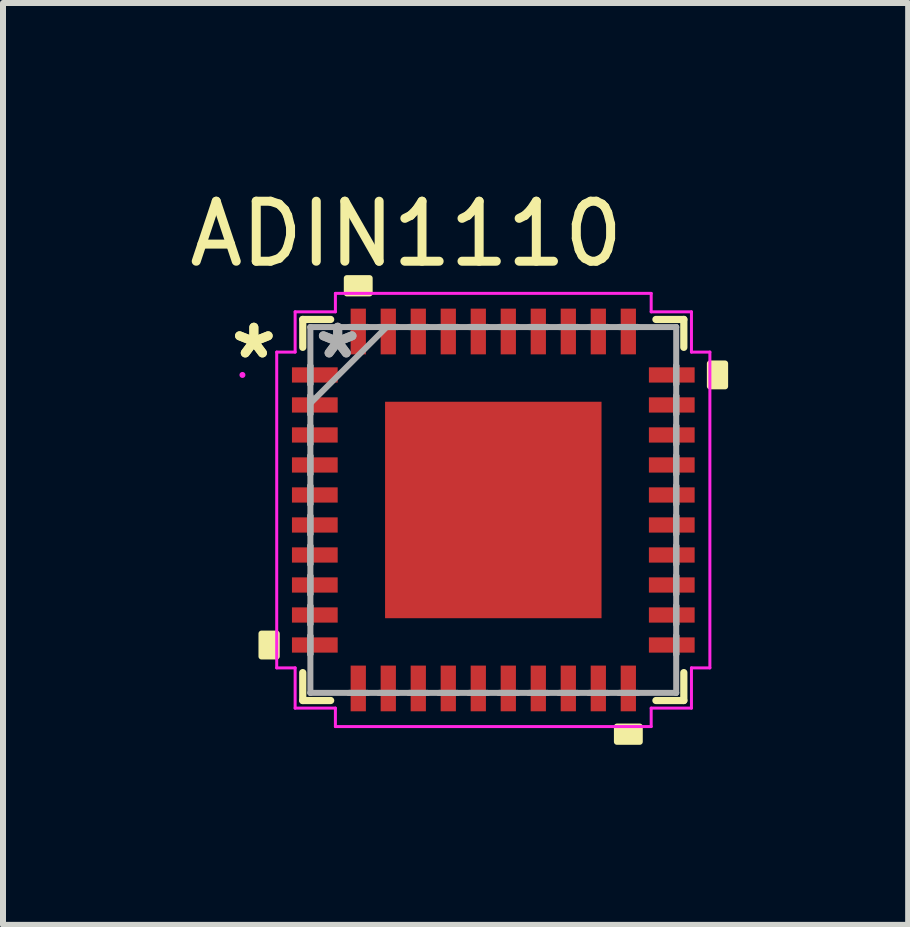
<source format=kicad_pcb>
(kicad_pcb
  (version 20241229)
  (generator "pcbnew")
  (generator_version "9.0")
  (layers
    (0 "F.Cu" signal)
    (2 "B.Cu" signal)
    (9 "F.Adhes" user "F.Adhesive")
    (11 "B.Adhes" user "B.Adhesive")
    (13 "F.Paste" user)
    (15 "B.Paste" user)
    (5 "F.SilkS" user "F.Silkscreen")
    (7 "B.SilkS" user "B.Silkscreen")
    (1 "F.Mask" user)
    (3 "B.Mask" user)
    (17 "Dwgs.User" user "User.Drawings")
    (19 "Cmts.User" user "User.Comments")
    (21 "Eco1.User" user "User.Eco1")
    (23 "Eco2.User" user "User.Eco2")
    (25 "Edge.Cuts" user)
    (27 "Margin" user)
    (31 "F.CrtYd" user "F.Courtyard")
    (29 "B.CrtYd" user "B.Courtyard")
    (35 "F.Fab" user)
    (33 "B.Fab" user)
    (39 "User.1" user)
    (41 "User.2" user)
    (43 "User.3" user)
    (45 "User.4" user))
  (footprint "ADIN1110"
    (layer "F.Cu")
    (at 5.17 5.448)
    (property "Reference" "ADIN1110" (at -1.45 -4.6 0) (layer "F.SilkS") (effects (font (size 1 1) (thickness 0.15))))
    (attr through_hole)
    (fp_line (start -3.175 -3.175) (end -3.175 -2.71) (stroke (width 0.12) (type solid)) (layer "F.SilkS"))
    (fp_line (start -3.175 2.71) (end -3.175 3.175) (stroke (width 0.12) (type solid)) (layer "F.SilkS"))
    (fp_line (start -3.175 3.175) (end -2.71 3.175) (stroke (width 0.12) (type solid)) (layer "F.SilkS"))
    (fp_line (start -2.71 -3.175) (end -3.175 -3.175) (stroke (width 0.12) (type solid)) (layer "F.SilkS"))
    (fp_line (start 2.71 3.175) (end 3.175 3.175) (stroke (width 0.12) (type solid)) (layer "F.SilkS"))
    (fp_line (start 3.175 -3.175) (end 2.71 -3.175) (stroke (width 0.12) (type solid)) (layer "F.SilkS"))
    (fp_line (start 3.175 -2.71) (end 3.175 -3.175) (stroke (width 0.12) (type solid)) (layer "F.SilkS"))
    (fp_line (start 3.175 3.175) (end 3.175 2.71) (stroke (width 0.12) (type solid)) (layer "F.SilkS"))
    (fp_poly (pts (xy -3.863 2.06) (xy -3.863 2.441) (xy -3.609 2.441) (xy -3.609 2.06)) (stroke (width 0.1) (type solid)) (fill yes) (layer "F.SilkS"))
    (fp_poly (pts (xy -2.441 -3.609) (xy -2.441 -3.863) (xy -2.06 -3.863) (xy -2.06 -3.609)) (stroke (width 0.1) (type solid)) (fill yes) (layer "F.SilkS"))
    (fp_poly (pts (xy 2.06 3.609) (xy 2.06 3.863) (xy 2.441 3.863) (xy 2.441 3.609)) (stroke (width 0.1) (type solid)) (fill yes) (layer "F.SilkS"))
    (fp_poly (pts (xy 3.863 -2.441) (xy 3.863 -2.06) (xy 3.609 -2.06) (xy 3.609 -2.441)) (stroke (width 0.1) (type solid)) (fill yes) (layer "F.SilkS"))
    (fp_poly (pts (xy -1.55 1.55) (xy -1.55 0.25) (xy -0.25 0.25) (xy -0.25 1.55)) (stroke (width 0.1) (type solid)) (fill yes) (layer "F.Paste"))
    (fp_poly (pts (xy -0.25 -0.25) (xy -1.55 -0.25) (xy -1.55 -1.55) (xy -0.25 -1.55)) (stroke (width 0.1) (type solid)) (fill yes) (layer "F.Paste"))
    (fp_poly (pts (xy 1.55 -1.55) (xy 1.55 -0.25) (xy 0.25 -0.25) (xy 0.25 -1.55)) (stroke (width 0.1) (type solid)) (fill yes) (layer "F.Paste"))
    (fp_poly (pts (xy 1.55 1.55) (xy 0.25 1.55) (xy 0.25 0.25) (xy 1.55 0.25)) (stroke (width 0.1) (type solid)) (fill yes) (layer "F.Paste"))
    (fp_line (start -3.609 -2.631) (end -3.302 -2.631) (stroke (width 0.05) (type solid)) (layer "F.CrtYd"))
    (fp_line (start -3.609 2.631) (end -3.609 -2.631) (stroke (width 0.05) (type solid)) (layer "F.CrtYd"))
    (fp_line (start -3.302 -3.302) (end -2.631 -3.302) (stroke (width 0.05) (type solid)) (layer "F.CrtYd"))
    (fp_line (start -3.302 -2.631) (end -3.302 -3.302) (stroke (width 0.05) (type solid)) (layer "F.CrtYd"))
    (fp_line (start -3.302 2.631) (end -3.609 2.631) (stroke (width 0.05) (type solid)) (layer "F.CrtYd"))
    (fp_line (start -3.302 3.302) (end -3.302 2.631) (stroke (width 0.05) (type solid)) (layer "F.CrtYd"))
    (fp_line (start -2.631 -3.609) (end 2.631 -3.609) (stroke (width 0.05) (type solid)) (layer "F.CrtYd"))
    (fp_line (start -2.631 -3.302) (end -2.631 -3.609) (stroke (width 0.05) (type solid)) (layer "F.CrtYd"))
    (fp_line (start -2.631 3.302) (end -3.302 3.302) (stroke (width 0.05) (type solid)) (layer "F.CrtYd"))
    (fp_line (start -2.631 3.609) (end -2.631 3.302) (stroke (width 0.05) (type solid)) (layer "F.CrtYd"))
    (fp_line (start 2.631 -3.609) (end 2.631 -3.302) (stroke (width 0.05) (type solid)) (layer "F.CrtYd"))
    (fp_line (start 2.631 -3.302) (end 3.302 -3.302) (stroke (width 0.05) (type solid)) (layer "F.CrtYd"))
    (fp_line (start 2.631 3.302) (end 2.631 3.609) (stroke (width 0.05) (type solid)) (layer "F.CrtYd"))
    (fp_line (start 2.631 3.609) (end -2.631 3.609) (stroke (width 0.05) (type solid)) (layer "F.CrtYd"))
    (fp_line (start 3.302 -3.302) (end 3.302 -2.631) (stroke (width 0.05) (type solid)) (layer "F.CrtYd"))
    (fp_line (start 3.302 -2.631) (end 3.609 -2.631) (stroke (width 0.05) (type solid)) (layer "F.CrtYd"))
    (fp_line (start 3.302 2.631) (end 3.302 3.302) (stroke (width 0.05) (type solid)) (layer "F.CrtYd"))
    (fp_line (start 3.302 3.302) (end 2.631 3.302) (stroke (width 0.05) (type solid)) (layer "F.CrtYd"))
    (fp_line (start 3.609 -2.631) (end 3.609 2.631) (stroke (width 0.05) (type solid)) (layer "F.CrtYd"))
    (fp_line (start 3.609 2.631) (end 3.302 2.631) (stroke (width 0.05) (type solid)) (layer "F.CrtYd"))
    (fp_circle (center -4.18 -2.25) (end -4.18 -2.25) (stroke (width 0.05) (type solid)) (fill no) (layer "F.CrtYd"))
    (fp_line (start -3.05 -2.402) (end -3.05 -2.098) (stroke (width 0.1) (type solid)) (layer "F.Fab"))
    (fp_line (start -3.05 -2.098) (end -3.048 -2.098) (stroke (width 0.1) (type solid)) (layer "F.Fab"))
    (fp_line (start -3.05 -1.902) (end -3.05 -1.598) (stroke (width 0.1) (type solid)) (layer "F.Fab"))
    (fp_line (start -3.05 -1.598) (end -3.048 -1.598) (stroke (width 0.1) (type solid)) (layer "F.Fab"))
    (fp_line (start -3.05 -1.402) (end -3.05 -1.098) (stroke (width 0.1) (type solid)) (layer "F.Fab"))
    (fp_line (start -3.05 -1.098) (end -3.048 -1.098) (stroke (width 0.1) (type solid)) (layer "F.Fab"))
    (fp_line (start -3.05 -0.902) (end -3.05 -0.598) (stroke (width 0.1) (type solid)) (layer "F.Fab"))
    (fp_line (start -3.05 -0.598) (end -3.048 -0.598) (stroke (width 0.1) (type solid)) (layer "F.Fab"))
    (fp_line (start -3.05 -0.402) (end -3.05 -0.098) (stroke (width 0.1) (type solid)) (layer "F.Fab"))
    (fp_line (start -3.05 -0.098) (end -3.048 -0.098) (stroke (width 0.1) (type solid)) (layer "F.Fab"))
    (fp_line (start -3.05 0.098) (end -3.05 0.402) (stroke (width 0.1) (type solid)) (layer "F.Fab"))
    (fp_line (start -3.05 0.402) (end -3.048 0.402) (stroke (width 0.1) (type solid)) (layer "F.Fab"))
    (fp_line (start -3.05 0.598) (end -3.05 0.902) (stroke (width 0.1) (type solid)) (layer "F.Fab"))
    (fp_line (start -3.05 0.902) (end -3.048 0.902) (stroke (width 0.1) (type solid)) (layer "F.Fab"))
    (fp_line (start -3.05 1.098) (end -3.05 1.402) (stroke (width 0.1) (type solid)) (layer "F.Fab"))
    (fp_line (start -3.05 1.402) (end -3.048 1.402) (stroke (width 0.1) (type solid)) (layer "F.Fab"))
    (fp_line (start -3.05 1.598) (end -3.05 1.902) (stroke (width 0.1) (type solid)) (layer "F.Fab"))
    (fp_line (start -3.05 1.902) (end -3.048 1.902) (stroke (width 0.1) (type solid)) (layer "F.Fab"))
    (fp_line (start -3.05 2.098) (end -3.05 2.402) (stroke (width 0.1) (type solid)) (layer "F.Fab"))
    (fp_line (start -3.05 2.402) (end -3.048 2.402) (stroke (width 0.1) (type solid)) (layer "F.Fab"))
    (fp_line (start -3.048 -3.048) (end -3.048 -3.048) (stroke (width 0.1) (type solid)) (layer "F.Fab"))
    (fp_line (start -3.048 -3.048) (end -3.048 3.048) (stroke (width 0.1) (type solid)) (layer "F.Fab"))
    (fp_line (start -3.048 -2.402) (end -3.05 -2.402) (stroke (width 0.1) (type solid)) (layer "F.Fab"))
    (fp_line (start -3.048 -2.098) (end -3.048 -2.402) (stroke (width 0.1) (type solid)) (layer "F.Fab"))
    (fp_line (start -3.048 -1.902) (end -3.05 -1.902) (stroke (width 0.1) (type solid)) (layer "F.Fab"))
    (fp_line (start -3.048 -1.778) (end -1.778 -3.048) (stroke (width 0.1) (type solid)) (layer "F.Fab"))
    (fp_line (start -3.048 -1.598) (end -3.048 -1.902) (stroke (width 0.1) (type solid)) (layer "F.Fab"))
    (fp_line (start -3.048 -1.402) (end -3.05 -1.402) (stroke (width 0.1) (type solid)) (layer "F.Fab"))
    (fp_line (start -3.048 -1.098) (end -3.048 -1.402) (stroke (width 0.1) (type solid)) (layer "F.Fab"))
    (fp_line (start -3.048 -0.902) (end -3.05 -0.902) (stroke (width 0.1) (type solid)) (layer "F.Fab"))
    (fp_line (start -3.048 -0.598) (end -3.048 -0.902) (stroke (width 0.1) (type solid)) (layer "F.Fab"))
    (fp_line (start -3.048 -0.402) (end -3.05 -0.402) (stroke (width 0.1) (type solid)) (layer "F.Fab"))
    (fp_line (start -3.048 -0.098) (end -3.048 -0.402) (stroke (width 0.1) (type solid)) (layer "F.Fab"))
    (fp_line (start -3.048 0.098) (end -3.05 0.098) (stroke (width 0.1) (type solid)) (layer "F.Fab"))
    (fp_line (start -3.048 0.402) (end -3.048 0.098) (stroke (width 0.1) (type solid)) (layer "F.Fab"))
    (fp_line (start -3.048 0.598) (end -3.05 0.598) (stroke (width 0.1) (type solid)) (layer "F.Fab"))
    (fp_line (start -3.048 0.902) (end -3.048 0.598) (stroke (width 0.1) (type solid)) (layer "F.Fab"))
    (fp_line (start -3.048 1.098) (end -3.05 1.098) (stroke (width 0.1) (type solid)) (layer "F.Fab"))
    (fp_line (start -3.048 1.402) (end -3.048 1.098) (stroke (width 0.1) (type solid)) (layer "F.Fab"))
    (fp_line (start -3.048 1.598) (end -3.05 1.598) (stroke (width 0.1) (type solid)) (layer "F.Fab"))
    (fp_line (start -3.048 1.902) (end -3.048 1.598) (stroke (width 0.1) (type solid)) (layer "F.Fab"))
    (fp_line (start -3.048 2.098) (end -3.05 2.098) (stroke (width 0.1) (type solid)) (layer "F.Fab"))
    (fp_line (start -3.048 2.402) (end -3.048 2.098) (stroke (width 0.1) (type solid)) (layer "F.Fab"))
    (fp_line (start -3.048 3.048) (end -3.048 3.048) (stroke (width 0.1) (type solid)) (layer "F.Fab"))
    (fp_line (start -3.048 3.048) (end 3.048 3.048) (stroke (width 0.1) (type solid)) (layer "F.Fab"))
    (fp_line (start -2.402 -3.05) (end -2.402 -3.048) (stroke (width 0.1) (type solid)) (layer "F.Fab"))
    (fp_line (start -2.402 -3.048) (end -2.098 -3.048) (stroke (width 0.1) (type solid)) (layer "F.Fab"))
    (fp_line (start -2.402 3.048) (end -2.402 3.05) (stroke (width 0.1) (type solid)) (layer "F.Fab"))
    (fp_line (start -2.402 3.05) (end -2.098 3.05) (stroke (width 0.1) (type solid)) (layer "F.Fab"))
    (fp_line (start -2.098 -3.05) (end -2.402 -3.05) (stroke (width 0.1) (type solid)) (layer "F.Fab"))
    (fp_line (start -2.098 -3.048) (end -2.098 -3.05) (stroke (width 0.1) (type solid)) (layer "F.Fab"))
    (fp_line (start -2.098 3.048) (end -2.402 3.048) (stroke (width 0.1) (type solid)) (layer "F.Fab"))
    (fp_line (start -2.098 3.05) (end -2.098 3.048) (stroke (width 0.1) (type solid)) (layer "F.Fab"))
    (fp_line (start -1.902 -3.05) (end -1.902 -3.048) (stroke (width 0.1) (type solid)) (layer "F.Fab"))
    (fp_line (start -1.902 -3.048) (end -1.598 -3.048) (stroke (width 0.1) (type solid)) (layer "F.Fab"))
    (fp_line (start -1.902 3.048) (end -1.902 3.05) (stroke (width 0.1) (type solid)) (layer "F.Fab"))
    (fp_line (start -1.902 3.05) (end -1.598 3.05) (stroke (width 0.1) (type solid)) (layer "F.Fab"))
    (fp_line (start -1.598 -3.05) (end -1.902 -3.05) (stroke (width 0.1) (type solid)) (layer "F.Fab"))
    (fp_line (start -1.598 -3.048) (end -1.598 -3.05) (stroke (width 0.1) (type solid)) (layer "F.Fab"))
    (fp_line (start -1.598 3.048) (end -1.902 3.048) (stroke (width 0.1) (type solid)) (layer "F.Fab"))
    (fp_line (start -1.598 3.05) (end -1.598 3.048) (stroke (width 0.1) (type solid)) (layer "F.Fab"))
    (fp_line (start -1.402 -3.05) (end -1.402 -3.048) (stroke (width 0.1) (type solid)) (layer "F.Fab"))
    (fp_line (start -1.402 -3.048) (end -1.098 -3.048) (stroke (width 0.1) (type solid)) (layer "F.Fab"))
    (fp_line (start -1.402 3.048) (end -1.402 3.05) (stroke (width 0.1) (type solid)) (layer "F.Fab"))
    (fp_line (start -1.402 3.05) (end -1.098 3.05) (stroke (width 0.1) (type solid)) (layer "F.Fab"))
    (fp_line (start -1.098 -3.05) (end -1.402 -3.05) (stroke (width 0.1) (type solid)) (layer "F.Fab"))
    (fp_line (start -1.098 -3.048) (end -1.098 -3.05) (stroke (width 0.1) (type solid)) (layer "F.Fab"))
    (fp_line (start -1.098 3.048) (end -1.402 3.048) (stroke (width 0.1) (type solid)) (layer "F.Fab"))
    (fp_line (start -1.098 3.05) (end -1.098 3.048) (stroke (width 0.1) (type solid)) (layer "F.Fab"))
    (fp_line (start -0.902 -3.05) (end -0.902 -3.048) (stroke (width 0.1) (type solid)) (layer "F.Fab"))
    (fp_line (start -0.902 -3.048) (end -0.598 -3.048) (stroke (width 0.1) (type solid)) (layer "F.Fab"))
    (fp_line (start -0.902 3.048) (end -0.902 3.05) (stroke (width 0.1) (type solid)) (layer "F.Fab"))
    (fp_line (start -0.902 3.05) (end -0.598 3.05) (stroke (width 0.1) (type solid)) (layer "F.Fab"))
    (fp_line (start -0.598 -3.05) (end -0.902 -3.05) (stroke (width 0.1) (type solid)) (layer "F.Fab"))
    (fp_line (start -0.598 -3.048) (end -0.598 -3.05) (stroke (width 0.1) (type solid)) (layer "F.Fab"))
    (fp_line (start -0.598 3.048) (end -0.902 3.048) (stroke (width 0.1) (type solid)) (layer "F.Fab"))
    (fp_line (start -0.598 3.05) (end -0.598 3.048) (stroke (width 0.1) (type solid)) (layer "F.Fab"))
    (fp_line (start -0.402 -3.05) (end -0.402 -3.048) (stroke (width 0.1) (type solid)) (layer "F.Fab"))
    (fp_line (start -0.402 -3.048) (end -0.098 -3.048) (stroke (width 0.1) (type solid)) (layer "F.Fab"))
    (fp_line (start -0.402 3.048) (end -0.402 3.05) (stroke (width 0.1) (type solid)) (layer "F.Fab"))
    (fp_line (start -0.402 3.05) (end -0.098 3.05) (stroke (width 0.1) (type solid)) (layer "F.Fab"))
    (fp_line (start -0.098 -3.05) (end -0.402 -3.05) (stroke (width 0.1) (type solid)) (layer "F.Fab"))
    (fp_line (start -0.098 -3.048) (end -0.098 -3.05) (stroke (width 0.1) (type solid)) (layer "F.Fab"))
    (fp_line (start -0.098 3.048) (end -0.402 3.048) (stroke (width 0.1) (type solid)) (layer "F.Fab"))
    (fp_line (start -0.098 3.05) (end -0.098 3.048) (stroke (width 0.1) (type solid)) (layer "F.Fab"))
    (fp_line (start 0.098 -3.05) (end 0.098 -3.048) (stroke (width 0.1) (type solid)) (layer "F.Fab"))
    (fp_line (start 0.098 -3.048) (end 0.402 -3.048) (stroke (width 0.1) (type solid)) (layer "F.Fab"))
    (fp_line (start 0.098 3.048) (end 0.098 3.05) (stroke (width 0.1) (type solid)) (layer "F.Fab"))
    (fp_line (start 0.098 3.05) (end 0.402 3.05) (stroke (width 0.1) (type solid)) (layer "F.Fab"))
    (fp_line (start 0.402 -3.05) (end 0.098 -3.05) (stroke (width 0.1) (type solid)) (layer "F.Fab"))
    (fp_line (start 0.402 -3.048) (end 0.402 -3.05) (stroke (width 0.1) (type solid)) (layer "F.Fab"))
    (fp_line (start 0.402 3.048) (end 0.098 3.048) (stroke (width 0.1) (type solid)) (layer "F.Fab"))
    (fp_line (start 0.402 3.05) (end 0.402 3.048) (stroke (width 0.1) (type solid)) (layer "F.Fab"))
    (fp_line (start 0.598 -3.05) (end 0.598 -3.048) (stroke (width 0.1) (type solid)) (layer "F.Fab"))
    (fp_line (start 0.598 -3.048) (end 0.902 -3.048) (stroke (width 0.1) (type solid)) (layer "F.Fab"))
    (fp_line (start 0.598 3.048) (end 0.598 3.05) (stroke (width 0.1) (type solid)) (layer "F.Fab"))
    (fp_line (start 0.598 3.05) (end 0.902 3.05) (stroke (width 0.1) (type solid)) (layer "F.Fab"))
    (fp_line (start 0.902 -3.05) (end 0.598 -3.05) (stroke (width 0.1) (type solid)) (layer "F.Fab"))
    (fp_line (start 0.902 -3.048) (end 0.902 -3.05) (stroke (width 0.1) (type solid)) (layer "F.Fab"))
    (fp_line (start 0.902 3.048) (end 0.598 3.048) (stroke (width 0.1) (type solid)) (layer "F.Fab"))
    (fp_line (start 0.902 3.05) (end 0.902 3.048) (stroke (width 0.1) (type solid)) (layer "F.Fab"))
    (fp_line (start 1.098 -3.05) (end 1.098 -3.048) (stroke (width 0.1) (type solid)) (layer "F.Fab"))
    (fp_line (start 1.098 -3.048) (end 1.402 -3.048) (stroke (width 0.1) (type solid)) (layer "F.Fab"))
    (fp_line (start 1.098 3.048) (end 1.098 3.05) (stroke (width 0.1) (type solid)) (layer "F.Fab"))
    (fp_line (start 1.098 3.05) (end 1.402 3.05) (stroke (width 0.1) (type solid)) (layer "F.Fab"))
    (fp_line (start 1.402 -3.05) (end 1.098 -3.05) (stroke (width 0.1) (type solid)) (layer "F.Fab"))
    (fp_line (start 1.402 -3.048) (end 1.402 -3.05) (stroke (width 0.1) (type solid)) (layer "F.Fab"))
    (fp_line (start 1.402 3.048) (end 1.098 3.048) (stroke (width 0.1) (type solid)) (layer "F.Fab"))
    (fp_line (start 1.402 3.05) (end 1.402 3.048) (stroke (width 0.1) (type solid)) (layer "F.Fab"))
    (fp_line (start 1.598 -3.05) (end 1.598 -3.048) (stroke (width 0.1) (type solid)) (layer "F.Fab"))
    (fp_line (start 1.598 -3.048) (end 1.902 -3.048) (stroke (width 0.1) (type solid)) (layer "F.Fab"))
    (fp_line (start 1.598 3.048) (end 1.598 3.05) (stroke (width 0.1) (type solid)) (layer "F.Fab"))
    (fp_line (start 1.598 3.05) (end 1.902 3.05) (stroke (width 0.1) (type solid)) (layer "F.Fab"))
    (fp_line (start 1.902 -3.05) (end 1.598 -3.05) (stroke (width 0.1) (type solid)) (layer "F.Fab"))
    (fp_line (start 1.902 -3.048) (end 1.902 -3.05) (stroke (width 0.1) (type solid)) (layer "F.Fab"))
    (fp_line (start 1.902 3.048) (end 1.598 3.048) (stroke (width 0.1) (type solid)) (layer "F.Fab"))
    (fp_line (start 1.902 3.05) (end 1.902 3.048) (stroke (width 0.1) (type solid)) (layer "F.Fab"))
    (fp_line (start 2.098 -3.05) (end 2.098 -3.048) (stroke (width 0.1) (type solid)) (layer "F.Fab"))
    (fp_line (start 2.098 -3.048) (end 2.402 -3.048) (stroke (width 0.1) (type solid)) (layer "F.Fab"))
    (fp_line (start 2.098 3.048) (end 2.098 3.05) (stroke (width 0.1) (type solid)) (layer "F.Fab"))
    (fp_line (start 2.098 3.05) (end 2.402 3.05) (stroke (width 0.1) (type solid)) (layer "F.Fab"))
    (fp_line (start 2.402 -3.05) (end 2.098 -3.05) (stroke (width 0.1) (type solid)) (layer "F.Fab"))
    (fp_line (start 2.402 -3.048) (end 2.402 -3.05) (stroke (width 0.1) (type solid)) (layer "F.Fab"))
    (fp_line (start 2.402 3.048) (end 2.098 3.048) (stroke (width 0.1) (type solid)) (layer "F.Fab"))
    (fp_line (start 2.402 3.05) (end 2.402 3.048) (stroke (width 0.1) (type solid)) (layer "F.Fab"))
    (fp_line (start 3.048 -3.048) (end -3.048 -3.048) (stroke (width 0.1) (type solid)) (layer "F.Fab"))
    (fp_line (start 3.048 -3.048) (end 3.048 -3.048) (stroke (width 0.1) (type solid)) (layer "F.Fab"))
    (fp_line (start 3.048 -2.402) (end 3.048 -2.098) (stroke (width 0.1) (type solid)) (layer "F.Fab"))
    (fp_line (start 3.048 -2.098) (end 3.05 -2.098) (stroke (width 0.1) (type solid)) (layer "F.Fab"))
    (fp_line (start 3.048 -1.902) (end 3.048 -1.598) (stroke (width 0.1) (type solid)) (layer "F.Fab"))
    (fp_line (start 3.048 -1.598) (end 3.05 -1.598) (stroke (width 0.1) (type solid)) (layer "F.Fab"))
    (fp_line (start 3.048 -1.402) (end 3.048 -1.098) (stroke (width 0.1) (type solid)) (layer "F.Fab"))
    (fp_line (start 3.048 -1.098) (end 3.05 -1.098) (stroke (width 0.1) (type solid)) (layer "F.Fab"))
    (fp_line (start 3.048 -0.902) (end 3.048 -0.598) (stroke (width 0.1) (type solid)) (layer "F.Fab"))
    (fp_line (start 3.048 -0.598) (end 3.05 -0.598) (stroke (width 0.1) (type solid)) (layer "F.Fab"))
    (fp_line (start 3.048 -0.402) (end 3.048 -0.098) (stroke (width 0.1) (type solid)) (layer "F.Fab"))
    (fp_line (start 3.048 -0.098) (end 3.05 -0.098) (stroke (width 0.1) (type solid)) (layer "F.Fab"))
    (fp_line (start 3.048 0.098) (end 3.048 0.402) (stroke (width 0.1) (type solid)) (layer "F.Fab"))
    (fp_line (start 3.048 0.402) (end 3.05 0.402) (stroke (width 0.1) (type solid)) (layer "F.Fab"))
    (fp_line (start 3.048 0.598) (end 3.048 0.902) (stroke (width 0.1) (type solid)) (layer "F.Fab"))
    (fp_line (start 3.048 0.902) (end 3.05 0.902) (stroke (width 0.1) (type solid)) (layer "F.Fab"))
    (fp_line (start 3.048 1.098) (end 3.048 1.402) (stroke (width 0.1) (type solid)) (layer "F.Fab"))
    (fp_line (start 3.048 1.402) (end 3.05 1.402) (stroke (width 0.1) (type solid)) (layer "F.Fab"))
    (fp_line (start 3.048 1.598) (end 3.048 1.902) (stroke (width 0.1) (type solid)) (layer "F.Fab"))
    (fp_line (start 3.048 1.902) (end 3.05 1.902) (stroke (width 0.1) (type solid)) (layer "F.Fab"))
    (fp_line (start 3.048 2.098) (end 3.048 2.402) (stroke (width 0.1) (type solid)) (layer "F.Fab"))
    (fp_line (start 3.048 2.402) (end 3.05 2.402) (stroke (width 0.1) (type solid)) (layer "F.Fab"))
    (fp_line (start 3.048 3.048) (end 3.048 -3.048) (stroke (width 0.1) (type solid)) (layer "F.Fab"))
    (fp_line (start 3.048 3.048) (end 3.048 3.048) (stroke (width 0.1) (type solid)) (layer "F.Fab"))
    (fp_line (start 3.05 -2.402) (end 3.048 -2.402) (stroke (width 0.1) (type solid)) (layer "F.Fab"))
    (fp_line (start 3.05 -2.098) (end 3.05 -2.402) (stroke (width 0.1) (type solid)) (layer "F.Fab"))
    (fp_line (start 3.05 -1.902) (end 3.048 -1.902) (stroke (width 0.1) (type solid)) (layer "F.Fab"))
    (fp_line (start 3.05 -1.598) (end 3.05 -1.902) (stroke (width 0.1) (type solid)) (layer "F.Fab"))
    (fp_line (start 3.05 -1.402) (end 3.048 -1.402) (stroke (width 0.1) (type solid)) (layer "F.Fab"))
    (fp_line (start 3.05 -1.098) (end 3.05 -1.402) (stroke (width 0.1) (type solid)) (layer "F.Fab"))
    (fp_line (start 3.05 -0.902) (end 3.048 -0.902) (stroke (width 0.1) (type solid)) (layer "F.Fab"))
    (fp_line (start 3.05 -0.598) (end 3.05 -0.902) (stroke (width 0.1) (type solid)) (layer "F.Fab"))
    (fp_line (start 3.05 -0.402) (end 3.048 -0.402) (stroke (width 0.1) (type solid)) (layer "F.Fab"))
    (fp_line (start 3.05 -0.098) (end 3.05 -0.402) (stroke (width 0.1) (type solid)) (layer "F.Fab"))
    (fp_line (start 3.05 0.098) (end 3.048 0.098) (stroke (width 0.1) (type solid)) (layer "F.Fab"))
    (fp_line (start 3.05 0.402) (end 3.05 0.098) (stroke (width 0.1) (type solid)) (layer "F.Fab"))
    (fp_line (start 3.05 0.598) (end 3.048 0.598) (stroke (width 0.1) (type solid)) (layer "F.Fab"))
    (fp_line (start 3.05 0.902) (end 3.05 0.598) (stroke (width 0.1) (type solid)) (layer "F.Fab"))
    (fp_line (start 3.05 1.098) (end 3.048 1.098) (stroke (width 0.1) (type solid)) (layer "F.Fab"))
    (fp_line (start 3.05 1.402) (end 3.05 1.098) (stroke (width 0.1) (type solid)) (layer "F.Fab"))
    (fp_line (start 3.05 1.598) (end 3.048 1.598) (stroke (width 0.1) (type solid)) (layer "F.Fab"))
    (fp_line (start 3.05 1.902) (end 3.05 1.598) (stroke (width 0.1) (type solid)) (layer "F.Fab"))
    (fp_line (start 3.05 2.098) (end 3.048 2.098) (stroke (width 0.1) (type solid)) (layer "F.Fab"))
    (fp_line (start 3.05 2.402) (end 3.05 2.098) (stroke (width 0.1) (type solid)) (layer "F.Fab"))
    (fp_text user "*" (at -3.99 -2.5 0) (layer "F.SilkS") (effects (font (size 1 1) (thickness 0.15))))
    (fp_text user "*" (at -3.99 -2.5 0) (layer "F.SilkS") (effects (font (size 1 1) (thickness 0.15))))
    (fp_text user "*" (at -2.593 -2.5 0) (layer "F.Fab") (effects (font (size 1 1) (thickness 0.15))))
    (fp_text user "*" (at -2.593 -2.5 0) (layer "F.Fab") (effects (font (size 1 1) (thickness 0.15))))
    (pad "1" smd rect (at -2.974 -2.25 90) (size 0.254 0.762) (layers "F.Cu" "F.Mask" "F.Paste"))
    (pad "2" smd rect (at -2.974 -1.75 90) (size 0.254 0.762) (layers "F.Cu" "F.Mask" "F.Paste"))
    (pad "3" smd rect (at -2.974 -1.25 90) (size 0.254 0.762) (layers "F.Cu" "F.Mask" "F.Paste"))
    (pad "4" smd rect (at -2.974 -0.75 90) (size 0.254 0.762) (layers "F.Cu" "F.Mask" "F.Paste"))
    (pad "5" smd rect (at -2.974 -0.25 90) (size 0.254 0.762) (layers "F.Cu" "F.Mask" "F.Paste"))
    (pad "6" smd rect (at -2.974 0.25 90) (size 0.254 0.762) (layers "F.Cu" "F.Mask" "F.Paste"))
    (pad "7" smd rect (at -2.974 0.75 90) (size 0.254 0.762) (layers "F.Cu" "F.Mask" "F.Paste"))
    (pad "8" smd rect (at -2.974 1.25 90) (size 0.254 0.762) (layers "F.Cu" "F.Mask" "F.Paste"))
    (pad "9" smd rect (at -2.974 1.75 90) (size 0.254 0.762) (layers "F.Cu" "F.Mask" "F.Paste"))
    (pad "10" smd rect (at -2.974 2.25 90) (size 0.254 0.762) (layers "F.Cu" "F.Mask" "F.Paste"))
    (pad "11" smd rect (at -2.25 2.974) (size 0.254 0.762) (layers "F.Cu" "F.Mask" "F.Paste"))
    (pad "12" smd rect (at -1.75 2.974) (size 0.254 0.762) (layers "F.Cu" "F.Mask" "F.Paste"))
    (pad "13" smd rect (at -1.25 2.974) (size 0.254 0.762) (layers "F.Cu" "F.Mask" "F.Paste"))
    (pad "14" smd rect (at -0.75 2.974) (size 0.254 0.762) (layers "F.Cu" "F.Mask" "F.Paste"))
    (pad "15" smd rect (at -0.25 2.974) (size 0.254 0.762) (layers "F.Cu" "F.Mask" "F.Paste"))
    (pad "16" smd rect (at 0.25 2.974) (size 0.254 0.762) (layers "F.Cu" "F.Mask" "F.Paste"))
    (pad "17" smd rect (at 0.75 2.974) (size 0.254 0.762) (layers "F.Cu" "F.Mask" "F.Paste"))
    (pad "18" smd rect (at 1.25 2.974) (size 0.254 0.762) (layers "F.Cu" "F.Mask" "F.Paste"))
    (pad "19" smd rect (at 1.75 2.974) (size 0.254 0.762) (layers "F.Cu" "F.Mask" "F.Paste"))
    (pad "20" smd rect (at 2.25 2.974) (size 0.254 0.762) (layers "F.Cu" "F.Mask" "F.Paste"))
    (pad "21" smd rect (at 2.974 2.25 90) (size 0.254 0.762) (layers "F.Cu" "F.Mask" "F.Paste"))
    (pad "22" smd rect (at 2.974 1.75 90) (size 0.254 0.762) (layers "F.Cu" "F.Mask" "F.Paste"))
    (pad "23" smd rect (at 2.974 1.25 90) (size 0.254 0.762) (layers "F.Cu" "F.Mask" "F.Paste"))
    (pad "24" smd rect (at 2.974 0.75 90) (size 0.254 0.762) (layers "F.Cu" "F.Mask" "F.Paste"))
    (pad "25" smd rect (at 2.974 0.25 90) (size 0.254 0.762) (layers "F.Cu" "F.Mask" "F.Paste"))
    (pad "26" smd rect (at 2.974 -0.25 90) (size 0.254 0.762) (layers "F.Cu" "F.Mask" "F.Paste"))
    (pad "27" smd rect (at 2.974 -0.75 90) (size 0.254 0.762) (layers "F.Cu" "F.Mask" "F.Paste"))
    (pad "28" smd rect (at 2.974 -1.25 90) (size 0.254 0.762) (layers "F.Cu" "F.Mask" "F.Paste"))
    (pad "29" smd rect (at 2.974 -1.75 90) (size 0.254 0.762) (layers "F.Cu" "F.Mask" "F.Paste"))
    (pad "30" smd rect (at 2.974 -2.25 90) (size 0.254 0.762) (layers "F.Cu" "F.Mask" "F.Paste"))
    (pad "31" smd rect (at 2.25 -2.974) (size 0.254 0.762) (layers "F.Cu" "F.Mask" "F.Paste"))
    (pad "32" smd rect (at 1.75 -2.974) (size 0.254 0.762) (layers "F.Cu" "F.Mask" "F.Paste"))
    (pad "33" smd rect (at 1.25 -2.974) (size 0.254 0.762) (layers "F.Cu" "F.Mask" "F.Paste"))
    (pad "34" smd rect (at 0.75 -2.974) (size 0.254 0.762) (layers "F.Cu" "F.Mask" "F.Paste"))
    (pad "35" smd rect (at 0.25 -2.974) (size 0.254 0.762) (layers "F.Cu" "F.Mask" "F.Paste"))
    (pad "36" smd rect (at -0.25 -2.974) (size 0.254 0.762) (layers "F.Cu" "F.Mask" "F.Paste"))
    (pad "37" smd rect (at -0.75 -2.974) (size 0.254 0.762) (layers "F.Cu" "F.Mask" "F.Paste"))
    (pad "38" smd rect (at -1.25 -2.974) (size 0.254 0.762) (layers "F.Cu" "F.Mask" "F.Paste"))
    (pad "39" smd rect (at -1.75 -2.974) (size 0.254 0.762) (layers "F.Cu" "F.Mask" "F.Paste"))
    (pad "40" smd rect (at -2.25 -2.974) (size 0.254 0.762) (layers "F.Cu" "F.Mask" "F.Paste"))
    (pad "41" smd rect (at 0 0) (size 3.607 3.607) (layers "F.Cu" "F.Mask")))
  (gr_rect
    (start -3 -3)
    (end 12.083 12.361)
    (stroke (width 0.1) (type default))
    (fill no)
    (layer "Edge.Cuts")))
</source>
